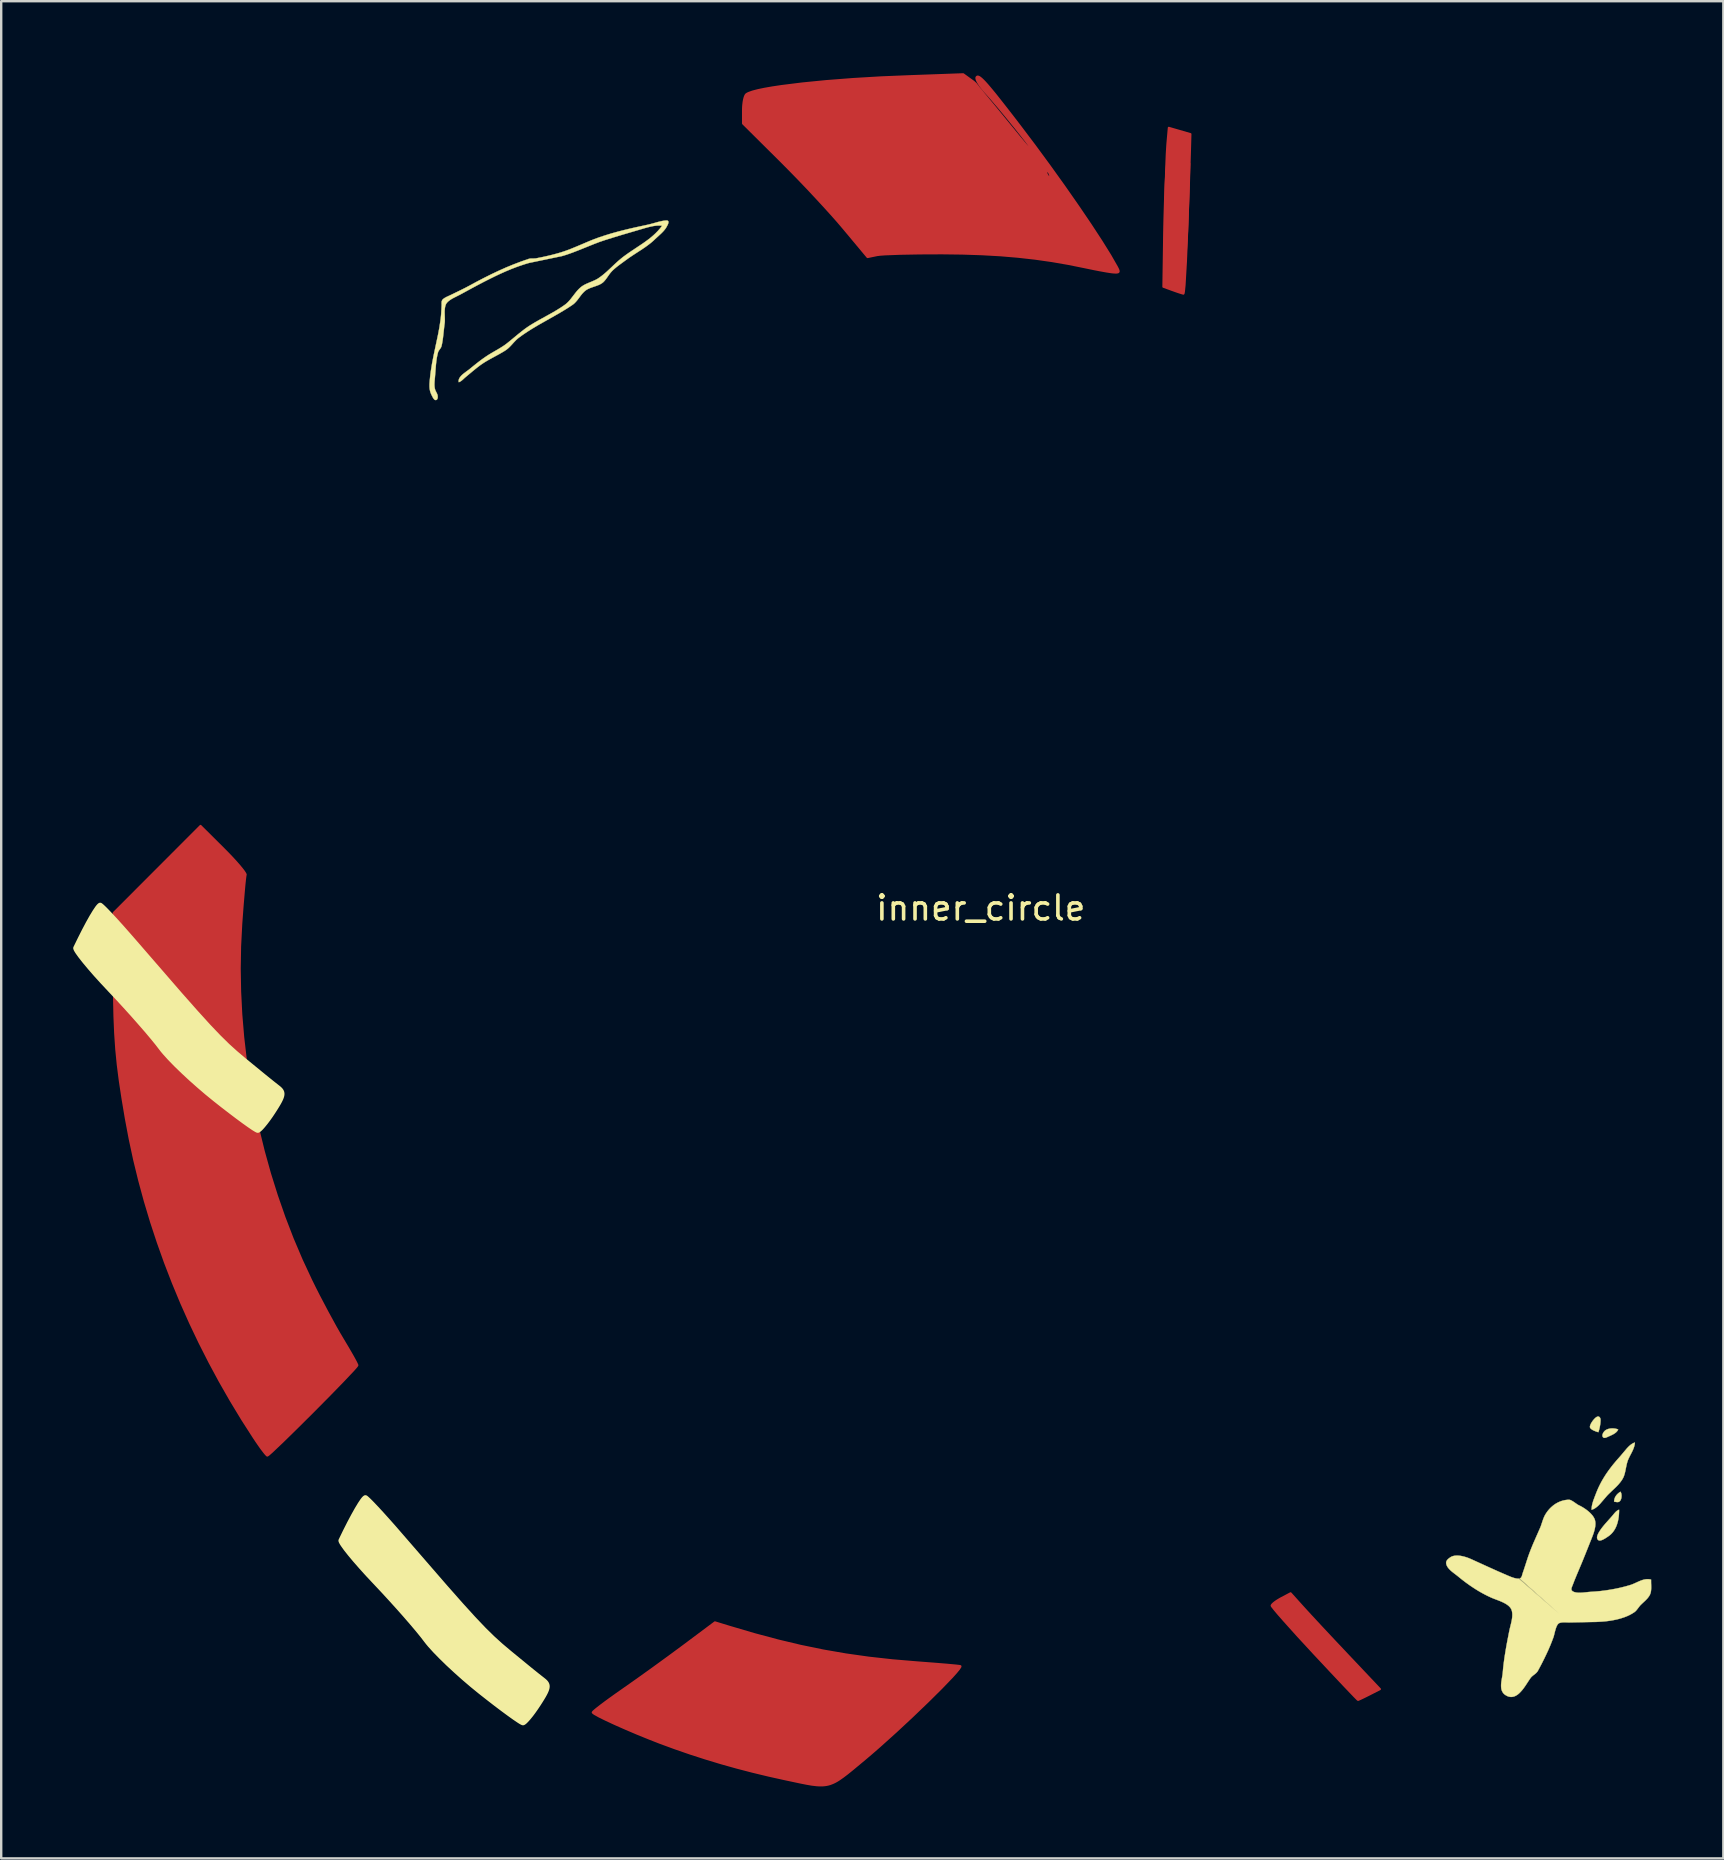
<source format=kicad_pcb>
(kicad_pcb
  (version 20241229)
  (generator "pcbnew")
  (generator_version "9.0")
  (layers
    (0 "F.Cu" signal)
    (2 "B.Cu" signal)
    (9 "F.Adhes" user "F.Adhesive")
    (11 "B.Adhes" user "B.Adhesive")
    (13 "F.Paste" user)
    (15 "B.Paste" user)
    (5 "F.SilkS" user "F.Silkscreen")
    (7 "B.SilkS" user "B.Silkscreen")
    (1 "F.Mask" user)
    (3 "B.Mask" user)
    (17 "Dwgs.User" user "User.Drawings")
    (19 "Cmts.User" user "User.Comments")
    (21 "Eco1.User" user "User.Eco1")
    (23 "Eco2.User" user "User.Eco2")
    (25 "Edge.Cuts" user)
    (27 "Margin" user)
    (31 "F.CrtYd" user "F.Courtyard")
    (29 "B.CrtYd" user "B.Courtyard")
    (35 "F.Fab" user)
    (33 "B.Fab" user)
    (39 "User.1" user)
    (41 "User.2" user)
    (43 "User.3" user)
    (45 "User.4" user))
  (footprint "inner_circle"
    (layer "F.Cu")
    (at 37.763 35.502)
    (property "Reference" "inner_circle" (at 0.05 -0.72 0) (unlocked yes) (layer "F.SilkS") (effects (font (size 1 1) (thickness 0.15))))
    (attr smd)
    (fp_poly (pts (xy 8.741 -31.737) (xy 8.723 -31.081) (xy 8.664 -29.181) (xy 8.602 -27.67) (xy 8.544 -26.672) (xy 8.517 -26.406) (xy 8.505 -26.338) (xy 8.494 -26.315) (xy 8.485 -26.317) (xy 8.473 -26.32) (xy 8.438 -26.33) (xy 8.39 -26.344) (xy 8.333 -26.362) (xy 8.268 -26.384) (xy 8.197 -26.408) (xy 8.121 -26.435) (xy 8.042 -26.463) (xy 8.042 -26.463) (xy 7.658 -26.603) (xy 7.688 -28.624) (xy 7.704 -29.462) (xy 7.727 -30.249) (xy 7.752 -30.899) (xy 7.778 -31.321) (xy 7.838 -31.998)) (stroke (width 0.083) (type solid)) (fill yes) (layer "F.Cu"))
    (fp_poly (pts (xy 8.788 -32.966) (xy 8.77 -32.31) (xy 8.711 -30.411) (xy 8.649 -28.899) (xy 8.59 -27.902) (xy 8.564 -27.635) (xy 8.552 -27.567) (xy 8.541 -27.545) (xy 8.532 -27.546) (xy 8.519 -27.549) (xy 8.484 -27.559) (xy 8.437 -27.573) (xy 8.38 -27.592) (xy 8.315 -27.613) (xy 8.243 -27.638) (xy 8.167 -27.665) (xy 8.089 -27.693) (xy 8.089 -27.693) (xy 7.704 -27.832) (xy 7.734 -29.853) (xy 7.751 -30.691) (xy 7.773 -31.479) (xy 7.799 -32.128) (xy 7.825 -32.551) (xy 7.885 -33.228)) (stroke (width 0.083) (type solid)) (fill yes) (layer "F.Cu"))
    (fp_poly (pts (xy 13.471 28.398) (xy 13.776 28.732) (xy 14.229 29.22) (xy 14.768 29.796) (xy 15.334 30.396) (xy 16.686 31.826) (xy 16.244 32.052) (xy 16.07 32.139) (xy 15.922 32.211) (xy 15.863 32.238) (xy 15.817 32.259) (xy 15.785 32.272) (xy 15.774 32.276) (xy 15.769 32.277) (xy 15.756 32.267) (xy 15.726 32.238) (xy 15.615 32.126) (xy 15.222 31.715) (xy 14.648 31.106) (xy 13.953 30.363) (xy 13.953 30.363) (xy 13.26 29.612) (xy 12.694 28.982) (xy 12.475 28.733) (xy 12.311 28.539) (xy 12.206 28.408) (xy 12.179 28.369) (xy 12.17 28.349) (xy 12.17 28.344) (xy 12.172 28.338) (xy 12.174 28.332) (xy 12.178 28.325) (xy 12.182 28.318) (xy 12.188 28.31) (xy 12.194 28.302) (xy 12.201 28.294) (xy 12.218 28.276) (xy 12.238 28.257) (xy 12.26 28.238) (xy 12.286 28.217) (xy 12.314 28.195) (xy 12.344 28.174) (xy 12.377 28.151) (xy 12.412 28.129) (xy 12.448 28.106) (xy 12.486 28.084) (xy 12.525 28.061) (xy 12.565 28.039) (xy 12.96 27.83)) (stroke (width 0.083) (type solid)) (fill yes) (layer "F.Cu"))
    (fp_poly (pts (xy -10.415 29.229) (xy -9.391 29.531) (xy -8.408 29.794) (xy -7.453 30.022) (xy -6.511 30.216) (xy -5.569 30.379) (xy -4.615 30.514) (xy -3.634 30.623) (xy -2.612 30.709) (xy -1.943 30.76) (xy -1.378 30.806) (xy -0.977 30.843) (xy -0.857 30.857) (xy -0.8 30.866) (xy -0.795 30.871) (xy -0.793 30.879) (xy -0.801 30.905) (xy -0.861 30.996) (xy -0.976 31.136) (xy -1.138 31.317) (xy -1.587 31.784) (xy -2.16 32.352) (xy -2.812 32.977) (xy -3.497 33.614) (xy -4.17 34.219) (xy -4.487 34.495) (xy -4.784 34.747) (xy -5.292 35.17) (xy -5.5 35.338) (xy -5.685 35.479) (xy -5.851 35.595) (xy -5.929 35.644) (xy -6.005 35.687) (xy -6.08 35.724) (xy -6.153 35.755) (xy -6.226 35.782) (xy -6.299 35.803) (xy -6.374 35.819) (xy -6.45 35.83) (xy -6.529 35.837) (xy -6.611 35.839) (xy -6.697 35.837) (xy -6.788 35.831) (xy -6.986 35.808) (xy -7.21 35.769) (xy -7.468 35.718) (xy -8.102 35.583) (xy -8.783 35.432) (xy -9.455 35.27) (xy -10.119 35.097) (xy -10.775 34.913) (xy -11.422 34.717) (xy -12.061 34.511) (xy -12.691 34.293) (xy -13.313 34.065) (xy -13.787 33.879) (xy -14.271 33.682) (xy -14.742 33.481) (xy -15.178 33.289) (xy -15.555 33.114) (xy -15.853 32.967) (xy -16.048 32.858) (xy -16.1 32.82) (xy -16.118 32.797) (xy -16.116 32.791) (xy -16.111 32.784) (xy -16.093 32.762) (xy -16.062 32.733) (xy -16.02 32.697) (xy -15.968 32.653) (xy -15.906 32.604) (xy -15.755 32.487) (xy -15.572 32.35) (xy -15.362 32.197) (xy -15.131 32.032) (xy -14.882 31.858) (xy -14.299 31.448) (xy -13.625 30.966) (xy -12.943 30.47) (xy -12.336 30.022) (xy -11.025 29.042)) (stroke (width 0.083) (type solid)) (fill yes) (layer "F.Cu"))
    (fp_poly (pts (xy -31.494 -3.184) (xy -31.301 -2.989) (xy -31.123 -2.802) (xy -30.964 -2.627) (xy -30.827 -2.47) (xy -30.716 -2.334) (xy -30.671 -2.276) (xy -30.635 -2.224) (xy -30.607 -2.181) (xy -30.587 -2.145) (xy -30.577 -2.118) (xy -30.576 -2.108) (xy -30.577 -2.101) (xy -30.583 -2.078) (xy -30.589 -2.037) (xy -30.606 -1.901) (xy -30.627 -1.702) (xy -30.65 -1.448) (xy -30.704 -0.81) (xy -30.76 -0.053) (xy -30.808 0.875) (xy -30.824 1.812) (xy -30.807 2.757) (xy -30.759 3.707) (xy -30.679 4.661) (xy -30.568 5.617) (xy -30.427 6.572) (xy -30.255 7.524) (xy -30.054 8.471) (xy -29.823 9.412) (xy -29.564 10.343) (xy -29.275 11.264) (xy -28.959 12.172) (xy -28.615 13.065) (xy -28.243 13.94) (xy -27.844 14.796) (xy -27.692 15.104) (xy -27.526 15.431) (xy -27.173 16.102) (xy -26.829 16.731) (xy -26.673 17.004) (xy -26.535 17.237) (xy -26.297 17.637) (xy -26.101 17.977) (xy -26.026 18.114) (xy -25.969 18.222) (xy -25.934 18.298) (xy -25.924 18.322) (xy -25.921 18.336) (xy -25.962 18.395) (xy -26.078 18.527) (xy -26.493 18.967) (xy -27.081 19.572) (xy -27.758 20.256) (xy -28.441 20.935) (xy -29.043 21.525) (xy -29.482 21.941) (xy -29.614 22.057) (xy -29.673 22.098) (xy -29.677 22.097) (xy -29.683 22.094) (xy -29.689 22.09) (xy -29.697 22.083) (xy -29.716 22.065) (xy -29.739 22.04) (xy -29.766 22.008) (xy -29.797 21.971) (xy -29.83 21.928) (xy -29.867 21.88) (xy -29.907 21.827) (xy -29.949 21.77) (xy -30.038 21.643) (xy -30.134 21.504) (xy -30.234 21.354) (xy -30.729 20.583) (xy -31.203 19.8) (xy -31.657 19.006) (xy -32.09 18.202) (xy -32.503 17.389) (xy -32.894 16.568) (xy -33.264 15.738) (xy -33.611 14.902) (xy -33.937 14.059) (xy -34.24 13.21) (xy -34.521 12.357) (xy -34.778 11.5) (xy -35.012 10.639) (xy -35.223 9.776) (xy -35.409 8.91) (xy -35.572 8.044) (xy -35.71 7.22) (xy -35.821 6.489) (xy -35.907 5.815) (xy -35.971 5.164) (xy -36.016 4.501) (xy -36.046 3.791) (xy -36.063 2.998) (xy -36.07 2.089) (xy -36.078 -0.517) (xy -32.458 -4.143)) (stroke (width 0.083) (type solid)) (fill yes) (layer "F.Cu"))
    (fp_poly (pts (xy -0.25 -35.15) (xy -0.16 -35.07) (xy -0.03 -34.9) (xy 0.242 -34.572) (xy 0.604 -34.137) (xy 0.992 -33.664) (xy 1.646 -32.864) (xy 1.862 -32.604) (xy 2.017 -32.422) (xy 2.122 -32.308) (xy 2.157 -32.273) (xy 2.184 -32.25) (xy 2.203 -32.239) (xy 2.215 -32.238) (xy 2.221 -32.246) (xy 2.223 -32.26) (xy 2.207 -32.295) (xy 2.162 -32.364) (xy 1.996 -32.589) (xy 1.75 -32.905) (xy 1.451 -33.28) (xy 1.123 -33.682) (xy 0.793 -34.08) (xy 0.484 -34.442) (xy 0.224 -34.737) (xy 0.18 -34.787) (xy 0.138 -34.836) (xy 0.098 -34.885) (xy 0.061 -34.933) (xy 0.027 -34.979) (xy -0.005 -35.024) (xy -0.033 -35.067) (xy -0.058 -35.108) (xy -0.08 -35.147) (xy -0.098 -35.183) (xy -0.112 -35.216) (xy -0.123 -35.247) (xy -0.13 -35.274) (xy -0.132 -35.297) (xy -0.132 -35.308) (xy -0.131 -35.317) (xy -0.128 -35.325) (xy -0.125 -35.332) (xy -0.115 -35.345) (xy -0.11 -35.35) (xy -0.104 -35.354) (xy -0.098 -35.358) (xy -0.092 -35.36) (xy -0.085 -35.362) (xy -0.077 -35.363) (xy -0.07 -35.362) (xy -0.061 -35.361) (xy -0.043 -35.356) (xy -0.022 -35.347) (xy 0.001 -35.334) (xy 0.027 -35.316) (xy 0.055 -35.294) (xy 0.087 -35.267) (xy 0.121 -35.235) (xy 0.158 -35.199) (xy 0.199 -35.157) (xy 0.243 -35.11) (xy 0.291 -35.057) (xy 0.342 -34.999) (xy 0.397 -34.934) (xy 0.52 -34.788) (xy 0.66 -34.617) (xy 0.818 -34.418) (xy 0.996 -34.192) (xy 1.195 -33.937) (xy 1.416 -33.652) (xy 1.66 -33.334) (xy 2.291 -32.499) (xy 2.919 -31.644) (xy 3.529 -30.793) (xy 4.103 -29.97) (xy 4.626 -29.199) (xy 5.081 -28.503) (xy 5.452 -27.906) (xy 5.723 -27.432) (xy 5.743 -27.393) (xy 5.761 -27.358) (xy 5.775 -27.327) (xy 5.786 -27.3) (xy 5.79 -27.288) (xy 5.793 -27.277) (xy 5.795 -27.267) (xy 5.797 -27.257) (xy 5.797 -27.248) (xy 5.796 -27.241) (xy 5.795 -27.233) (xy 5.792 -27.227) (xy 5.789 -27.221) (xy 5.784 -27.216) (xy 5.778 -27.212) (xy 5.772 -27.208) (xy 5.764 -27.205) (xy 5.755 -27.202) (xy 5.745 -27.2) (xy 5.734 -27.198) (xy 5.722 -27.196) (xy 5.708 -27.195) (xy 5.678 -27.195) (xy 5.643 -27.195) (xy 5.603 -27.197) (xy 5.533 -27.203) (xy 5.432 -27.217) (xy 5.303 -27.237) (xy 5.151 -27.264) (xy 4.982 -27.295) (xy 4.801 -27.33) (xy 4.611 -27.369) (xy 4.419 -27.409) (xy 3.714 -27.552) (xy 3.016 -27.673) (xy 2.315 -27.773) (xy 1.602 -27.853) (xy 0.867 -27.915) (xy 0.101 -27.958) (xy -0.707 -27.985) (xy -1.566 -27.996) (xy -2.492 -27.992) (xy -3.311 -27.977) (xy -3.933 -27.953) (xy -4.142 -27.938) (xy -4.269 -27.922) (xy -4.667 -27.839) (xy -5.669 -29.04) (xy -5.902 -29.314) (xy -6.183 -29.631) (xy -6.501 -29.982) (xy -6.844 -30.353) (xy -7.202 -30.735) (xy -7.565 -31.114) (xy -7.82 -31.376) (xy 2.785 -31.376) (xy 2.785 -31.365) (xy 2.786 -31.353) (xy 2.788 -31.342) (xy 2.791 -31.33) (xy 2.794 -31.317) (xy 2.798 -31.305) (xy 2.803 -31.292) (xy 2.808 -31.28) (xy 2.815 -31.268) (xy 2.822 -31.255) (xy 2.832 -31.24) (xy 2.842 -31.225) (xy 2.851 -31.212) (xy 2.86 -31.199) (xy 2.869 -31.188) (xy 2.878 -31.179) (xy 2.886 -31.17) (xy 2.893 -31.162) (xy 2.901 -31.156) (xy 2.907 -31.151) (xy 2.914 -31.147) (xy 2.92 -31.144) (xy 2.925 -31.142) (xy 2.93 -31.141) (xy 2.935 -31.142) (xy 2.939 -31.143) (xy 2.943 -31.146) (xy 2.945 -31.149) (xy 2.948 -31.154) (xy 2.95 -31.16) (xy 2.951 -31.167) (xy 2.951 -31.175) (xy 2.951 -31.183) (xy 2.951 -31.193) (xy 2.949 -31.204) (xy 2.947 -31.216) (xy 2.944 -31.229) (xy 2.941 -31.243) (xy 2.937 -31.258) (xy 2.932 -31.273) (xy 2.926 -31.29) (xy 2.919 -31.308) (xy 2.919 -31.308) (xy 2.912 -31.325) (xy 2.905 -31.341) (xy 2.898 -31.356) (xy 2.89 -31.369) (xy 2.882 -31.382) (xy 2.874 -31.393) (xy 2.866 -31.403) (xy 2.858 -31.412) (xy 2.85 -31.419) (xy 2.842 -31.425) (xy 2.838 -31.427) (xy 2.835 -31.429) (xy 2.831 -31.431) (xy 2.827 -31.432) (xy 2.824 -31.432) (xy 2.82 -31.433) (xy 2.817 -31.432) (xy 2.814 -31.432) (xy 2.811 -31.431) (xy 2.808 -31.429) (xy 2.805 -31.427) (xy 2.802 -31.425) (xy 2.799 -31.422) (xy 2.797 -31.419) (xy 2.795 -31.415) (xy 2.793 -31.412) (xy 2.791 -31.408) (xy 2.79 -31.404) (xy 2.788 -31.4) (xy 2.787 -31.395) (xy 2.786 -31.391) (xy 2.786 -31.386) (xy 2.785 -31.381) (xy 2.785 -31.376) (xy -7.82 -31.376) (xy -7.923 -31.481) (xy -8.263 -31.824) (xy -9.856 -33.406) (xy -9.856 -33.961) (xy -9.855 -34.019) (xy -9.853 -34.076) (xy -9.85 -34.132) (xy -9.845 -34.187) (xy -9.839 -34.24) (xy -9.833 -34.292) (xy -9.825 -34.34) (xy -9.816 -34.387) (xy -9.806 -34.43) (xy -9.796 -34.47) (xy -9.784 -34.507) (xy -9.772 -34.54) (xy -9.76 -34.568) (xy -9.746 -34.592) (xy -9.733 -34.612) (xy -9.718 -34.626) (xy -9.676 -34.654) (xy -9.617 -34.682) (xy -9.453 -34.74) (xy -9.23 -34.798) (xy -8.954 -34.855) (xy -8.627 -34.912) (xy -8.254 -34.968) (xy -7.386 -35.076) (xy -6.381 -35.175) (xy -5.271 -35.261) (xy -4.089 -35.331) (xy -2.866 -35.381) (xy -0.68 -35.46)) (stroke (width 0.083) (type solid)) (fill yes) (layer "F.Cu"))
    (fp_poly (pts (xy 8.736 -31.741) (xy 8.719 -31.085) (xy 8.659 -29.186) (xy 8.597 -27.674) (xy 8.539 -26.677) (xy 8.513 -26.41) (xy 8.501 -26.342) (xy 8.489 -26.32) (xy 8.48 -26.321) (xy 8.468 -26.324) (xy 8.433 -26.334) (xy 8.386 -26.348) (xy 8.329 -26.367) (xy 8.263 -26.389) (xy 8.192 -26.413) (xy 8.116 -26.44) (xy 8.037 -26.468) (xy 8.037 -26.468) (xy 7.653 -26.608) (xy 7.683 -28.628) (xy 7.699 -29.466) (xy 7.722 -30.254) (xy 7.747 -30.903) (xy 7.773 -31.326) (xy 7.833 -32.003)) (stroke (width 0.083) (type solid)) (fill yes) (layer "F.Mask"))
    (fp_poly (pts (xy 8.736 -31.737) (xy 8.719 -31.081) (xy 8.659 -29.182) (xy 8.597 -27.67) (xy 8.539 -26.673) (xy 8.513 -26.406) (xy 8.501 -26.338) (xy 8.489 -26.316) (xy 8.48 -26.317) (xy 8.468 -26.32) (xy 8.433 -26.33) (xy 8.386 -26.344) (xy 8.329 -26.363) (xy 8.263 -26.384) (xy 8.192 -26.409) (xy 8.116 -26.436) (xy 8.037 -26.464) (xy 8.037 -26.464) (xy 7.653 -26.603) (xy 7.683 -28.624) (xy 7.699 -29.462) (xy 7.722 -30.25) (xy 7.747 -30.899) (xy 7.773 -31.322) (xy 7.833 -31.999)) (stroke (width 0.083) (type solid)) (fill yes) (layer "F.Mask"))
    (fp_poly (pts (xy 8.737 -31.741) (xy 8.719 -31.085) (xy 8.66 -29.186) (xy 8.598 -27.674) (xy 8.54 -26.677) (xy 8.513 -26.41) (xy 8.501 -26.342) (xy 8.49 -26.32) (xy 8.481 -26.321) (xy 8.469 -26.324) (xy 8.434 -26.334) (xy 8.387 -26.348) (xy 8.329 -26.367) (xy 8.264 -26.388) (xy 8.193 -26.413) (xy 8.117 -26.44) (xy 8.038 -26.468) (xy 8.038 -26.468) (xy 7.654 -26.608) (xy 7.684 -28.628) (xy 7.7 -29.466) (xy 7.723 -30.254) (xy 7.748 -30.903) (xy 7.774 -31.326) (xy 7.834 -32.003)) (stroke (width 0.083) (type solid)) (fill yes) (layer "F.Mask"))
    (fp_poly (pts (xy 8.788 -32.964) (xy 8.77 -32.308) (xy 8.711 -30.409) (xy 8.649 -28.897) (xy 8.59 -27.9) (xy 8.564 -27.634) (xy 8.552 -27.565) (xy 8.541 -27.543) (xy 8.532 -27.545) (xy 8.519 -27.547) (xy 8.484 -27.557) (xy 8.437 -27.572) (xy 8.38 -27.59) (xy 8.315 -27.612) (xy 8.243 -27.636) (xy 8.167 -27.663) (xy 8.089 -27.691) (xy 8.089 -27.691) (xy 7.704 -27.831) (xy 7.734 -29.851) (xy 7.751 -30.689) (xy 7.773 -31.477) (xy 7.799 -32.126) (xy 7.824 -32.549) (xy 7.884 -33.226)) (stroke (width 0.083) (type solid)) (fill yes) (layer "F.Mask"))
    (fp_poly (pts (xy 13.466 28.398) (xy 13.771 28.731) (xy 14.224 29.219) (xy 14.764 29.796) (xy 15.329 30.396) (xy 16.681 31.826) (xy 16.239 32.051) (xy 16.065 32.139) (xy 15.917 32.21) (xy 15.858 32.238) (xy 15.812 32.259) (xy 15.78 32.272) (xy 15.77 32.275) (xy 15.764 32.276) (xy 15.751 32.267) (xy 15.721 32.237) (xy 15.61 32.125) (xy 15.217 31.714) (xy 14.643 31.106) (xy 13.948 30.363) (xy 13.948 30.363) (xy 13.256 29.612) (xy 12.689 28.982) (xy 12.471 28.733) (xy 12.306 28.539) (xy 12.201 28.408) (xy 12.174 28.369) (xy 12.165 28.349) (xy 12.166 28.343) (xy 12.167 28.337) (xy 12.17 28.331) (xy 12.173 28.324) (xy 12.178 28.317) (xy 12.183 28.309) (xy 12.189 28.302) (xy 12.196 28.293) (xy 12.213 28.276) (xy 12.233 28.257) (xy 12.256 28.237) (xy 12.281 28.216) (xy 12.309 28.195) (xy 12.34 28.173) (xy 12.372 28.151) (xy 12.407 28.128) (xy 12.443 28.106) (xy 12.481 28.083) (xy 12.52 28.061) (xy 12.56 28.039) (xy 12.955 27.829)) (stroke (width 0.083) (type solid)) (fill yes) (layer "F.Mask"))
    (fp_poly (pts (xy -10.41 29.227) (xy -9.386 29.528) (xy -8.403 29.792) (xy -7.448 30.019) (xy -6.506 30.213) (xy -5.565 30.376) (xy -4.61 30.511) (xy -3.629 30.62) (xy -2.607 30.707) (xy -1.938 30.757) (xy -1.373 30.803) (xy -0.972 30.841) (xy -0.852 30.854) (xy -0.796 30.864) (xy -0.79 30.868) (xy -0.788 30.876) (xy -0.796 30.902) (xy -0.856 30.994) (xy -0.971 31.133) (xy -1.134 31.315) (xy -1.582 31.781) (xy -2.155 32.35) (xy -2.807 32.975) (xy -3.492 33.612) (xy -4.165 34.216) (xy -4.482 34.493) (xy -4.779 34.744) (xy -5.288 35.167) (xy -5.495 35.335) (xy -5.68 35.477) (xy -5.846 35.592) (xy -5.925 35.641) (xy -6 35.684) (xy -6.075 35.721) (xy -6.148 35.753) (xy -6.221 35.779) (xy -6.294 35.8) (xy -6.369 35.816) (xy -6.445 35.828) (xy -6.524 35.835) (xy -6.606 35.837) (xy -6.692 35.835) (xy -6.783 35.829) (xy -6.981 35.805) (xy -7.206 35.767) (xy -7.463 35.716) (xy -8.097 35.581) (xy -8.778 35.43) (xy -9.45 35.268) (xy -10.114 35.094) (xy -10.77 34.91) (xy -11.417 34.715) (xy -12.056 34.508) (xy -12.686 34.291) (xy -13.308 34.062) (xy -13.783 33.877) (xy -14.267 33.679) (xy -14.737 33.479) (xy -15.173 33.286) (xy -15.551 33.111) (xy -15.848 32.964) (xy -16.043 32.855) (xy -16.095 32.818) (xy -16.113 32.794) (xy -16.111 32.789) (xy -16.106 32.781) (xy -16.088 32.76) (xy -16.057 32.731) (xy -16.015 32.694) (xy -15.963 32.651) (xy -15.901 32.601) (xy -15.75 32.484) (xy -15.567 32.347) (xy -15.357 32.194) (xy -15.126 32.029) (xy -14.878 31.855) (xy -14.295 31.446) (xy -13.62 30.963) (xy -12.938 30.468) (xy -12.331 30.02) (xy -11.021 29.039)) (stroke (width 0.083) (type solid)) (fill yes) (layer "F.Mask"))
    (fp_poly (pts (xy -31.532 -3.193) (xy -31.339 -2.998) (xy -31.161 -2.811) (xy -31.002 -2.636) (xy -30.865 -2.479) (xy -30.754 -2.343) (xy -30.709 -2.285) (xy -30.673 -2.233) (xy -30.644 -2.19) (xy -30.625 -2.154) (xy -30.615 -2.127) (xy -30.614 -2.117) (xy -30.615 -2.11) (xy -30.621 -2.087) (xy -30.627 -2.046) (xy -30.644 -1.91) (xy -30.665 -1.711) (xy -30.688 -1.457) (xy -30.741 -0.819) (xy -30.798 -0.062) (xy -30.846 0.866) (xy -30.862 1.803) (xy -30.845 2.748) (xy -30.797 3.698) (xy -30.717 4.652) (xy -30.606 5.608) (xy -30.465 6.563) (xy -30.293 7.515) (xy -30.092 8.462) (xy -29.861 9.403) (xy -29.601 10.334) (xy -29.313 11.255) (xy -28.997 12.163) (xy -28.652 13.056) (xy -28.281 13.931) (xy -27.882 14.787) (xy -27.73 15.095) (xy -27.564 15.422) (xy -27.211 16.093) (xy -26.866 16.722) (xy -26.711 16.995) (xy -26.573 17.228) (xy -26.335 17.628) (xy -26.139 17.968) (xy -26.064 18.105) (xy -26.007 18.213) (xy -25.971 18.289) (xy -25.962 18.313) (xy -25.959 18.327) (xy -26 18.386) (xy -26.116 18.518) (xy -26.531 18.958) (xy -27.119 19.563) (xy -27.796 20.247) (xy -28.478 20.926) (xy -29.081 21.516) (xy -29.52 21.932) (xy -29.652 22.048) (xy -29.711 22.089) (xy -29.715 22.088) (xy -29.721 22.085) (xy -29.727 22.081) (xy -29.735 22.074) (xy -29.754 22.056) (xy -29.777 22.031) (xy -29.804 21.999) (xy -29.835 21.962) (xy -29.868 21.919) (xy -29.905 21.871) (xy -29.945 21.818) (xy -29.986 21.76) (xy -30.076 21.634) (xy -30.172 21.495) (xy -30.272 21.345) (xy -30.767 20.574) (xy -31.241 19.791) (xy -31.695 18.997) (xy -32.128 18.193) (xy -32.541 17.38) (xy -32.932 16.558) (xy -33.301 15.729) (xy -33.649 14.893) (xy -33.975 14.05) (xy -34.278 13.201) (xy -34.559 12.348) (xy -34.816 11.491) (xy -35.05 10.63) (xy -35.261 9.767) (xy -35.447 8.901) (xy -35.61 8.035) (xy -35.748 7.211) (xy -35.858 6.48) (xy -35.944 5.806) (xy -36.009 5.155) (xy -36.054 4.492) (xy -36.084 3.782) (xy -36.101 2.989) (xy -36.108 2.08) (xy -36.116 -0.526) (xy -32.496 -4.153)) (stroke (width 0.083) (type solid)) (fill yes) (layer "F.Mask"))
    (fp_poly (pts (xy -31.52 -3.188) (xy -31.328 -2.993) (xy -31.15 -2.806) (xy -30.991 -2.632) (xy -30.854 -2.474) (xy -30.743 -2.339) (xy -30.698 -2.28) (xy -30.662 -2.229) (xy -30.633 -2.185) (xy -30.614 -2.15) (xy -30.604 -2.123) (xy -30.603 -2.113) (xy -30.604 -2.105) (xy -30.61 -2.083) (xy -30.616 -2.041) (xy -30.633 -1.905) (xy -30.654 -1.706) (xy -30.677 -1.453) (xy -30.73 -0.814) (xy -30.787 -0.058) (xy -30.835 0.87) (xy -30.851 1.807) (xy -30.834 2.752) (xy -30.786 3.703) (xy -30.706 4.657) (xy -30.595 5.612) (xy -30.454 6.567) (xy -30.282 7.519) (xy -30.081 8.467) (xy -29.85 9.407) (xy -29.59 10.339) (xy -29.302 11.26) (xy -28.986 12.167) (xy -28.641 13.06) (xy -28.27 13.936) (xy -27.871 14.792) (xy -27.719 15.099) (xy -27.553 15.426) (xy -27.2 16.098) (xy -26.855 16.726) (xy -26.7 17) (xy -26.562 17.232) (xy -26.324 17.632) (xy -26.128 17.973) (xy -26.053 18.109) (xy -25.996 18.218) (xy -25.96 18.293) (xy -25.951 18.317) (xy -25.948 18.331) (xy -25.989 18.391) (xy -26.105 18.523) (xy -26.52 18.963) (xy -27.108 19.567) (xy -27.785 20.251) (xy -28.467 20.931) (xy -29.07 21.52) (xy -29.509 21.936) (xy -29.641 22.053) (xy -29.7 22.094) (xy -29.704 22.093) (xy -29.71 22.09) (xy -29.716 22.085) (xy -29.724 22.079) (xy -29.743 22.06) (xy -29.766 22.035) (xy -29.793 22.004) (xy -29.824 21.966) (xy -29.857 21.923) (xy -29.894 21.875) (xy -29.934 21.822) (xy -29.975 21.765) (xy -30.065 21.639) (xy -30.161 21.499) (xy -30.261 21.35) (xy -30.756 20.578) (xy -31.23 19.795) (xy -31.684 19.001) (xy -32.117 18.198) (xy -32.53 17.385) (xy -32.921 16.563) (xy -33.29 15.734) (xy -33.638 14.897) (xy -33.964 14.054) (xy -34.267 13.206) (xy -34.547 12.353) (xy -34.805 11.495) (xy -35.039 10.635) (xy -35.25 9.771) (xy -35.436 8.906) (xy -35.599 8.039) (xy -35.737 7.216) (xy -35.847 6.484) (xy -35.933 5.811) (xy -35.998 5.16) (xy -36.043 4.497) (xy -36.073 3.786) (xy -36.09 2.994) (xy -36.097 2.084) (xy -36.105 -0.522) (xy -32.484 -4.148)) (stroke (width 0.083) (type solid)) (fill yes) (layer "F.Mask"))
    (fp_poly (pts (xy -31.505 -3.188) (xy -31.312 -2.993) (xy -31.134 -2.806) (xy -30.975 -2.632) (xy -30.838 -2.474) (xy -30.727 -2.339) (xy -30.682 -2.28) (xy -30.646 -2.229) (xy -30.618 -2.185) (xy -30.598 -2.15) (xy -30.588 -2.123) (xy -30.587 -2.113) (xy -30.588 -2.105) (xy -30.594 -2.083) (xy -30.6 -2.041) (xy -30.617 -1.905) (xy -30.638 -1.706) (xy -30.661 -1.453) (xy -30.715 -0.814) (xy -30.771 -0.058) (xy -30.819 0.87) (xy -30.835 1.807) (xy -30.818 2.752) (xy -30.77 3.703) (xy -30.69 4.657) (xy -30.579 5.612) (xy -30.438 6.567) (xy -30.266 7.519) (xy -30.065 8.467) (xy -29.834 9.407) (xy -29.575 10.339) (xy -29.286 11.26) (xy -28.97 12.167) (xy -28.626 13.06) (xy -28.254 13.936) (xy -27.855 14.792) (xy -27.703 15.099) (xy -27.537 15.426) (xy -27.184 16.098) (xy -26.84 16.726) (xy -26.684 16.999) (xy -26.546 17.232) (xy -26.308 17.632) (xy -26.112 17.973) (xy -26.037 18.109) (xy -25.98 18.218) (xy -25.945 18.293) (xy -25.935 18.317) (xy -25.932 18.331) (xy -25.973 18.391) (xy -26.089 18.523) (xy -26.504 18.963) (xy -27.092 19.567) (xy -27.769 20.251) (xy -28.452 20.931) (xy -29.054 21.52) (xy -29.493 21.936) (xy -29.625 22.053) (xy -29.684 22.094) (xy -29.688 22.093) (xy -29.694 22.09) (xy -29.7 22.085) (xy -29.708 22.079) (xy -29.727 22.06) (xy -29.75 22.035) (xy -29.777 22.004) (xy -29.808 21.966) (xy -29.842 21.923) (xy -29.878 21.875) (xy -29.918 21.822) (xy -29.96 21.765) (xy -30.049 21.639) (xy -30.145 21.499) (xy -30.245 21.35) (xy -30.74 20.578) (xy -31.214 19.795) (xy -31.668 19.001) (xy -32.101 18.198) (xy -32.514 17.385) (xy -32.905 16.563) (xy -33.275 15.734) (xy -33.622 14.897) (xy -33.948 14.054) (xy -34.251 13.206) (xy -34.532 12.353) (xy -34.789 11.495) (xy -35.023 10.634) (xy -35.234 9.771) (xy -35.421 8.906) (xy -35.583 8.039) (xy -35.721 7.215) (xy -35.832 6.484) (xy -35.918 5.811) (xy -35.982 5.16) (xy -36.028 4.497) (xy -36.057 3.786) (xy -36.074 2.994) (xy -36.081 2.084) (xy -36.089 -0.522) (xy -32.469 -4.148)) (stroke (width 0.083) (type solid)) (fill yes) (layer "F.Mask"))
    (fp_poly (pts (xy -0.231 -35.139) (xy -0.141 -35.051) (xy -0.054 -34.934) (xy 0.242 -34.575) (xy 0.605 -34.14) (xy 0.993 -33.667) (xy 1.646 -32.867) (xy 1.863 -32.607) (xy 2.018 -32.426) (xy 2.122 -32.311) (xy 2.158 -32.276) (xy 2.185 -32.253) (xy 2.203 -32.242) (xy 2.215 -32.241) (xy 2.222 -32.249) (xy 2.223 -32.263) (xy 2.208 -32.298) (xy 2.162 -32.367) (xy 1.997 -32.592) (xy 1.751 -32.908) (xy 1.452 -33.283) (xy 1.124 -33.685) (xy 0.793 -34.083) (xy 0.485 -34.445) (xy 0.225 -34.74) (xy 0.18 -34.79) (xy 0.138 -34.839) (xy 0.099 -34.888) (xy 0.062 -34.936) (xy 0.028 -34.982) (xy -0.004 -35.027) (xy -0.032 -35.07) (xy -0.057 -35.111) (xy -0.079 -35.15) (xy -0.097 -35.186) (xy -0.112 -35.219) (xy -0.122 -35.25) (xy -0.129 -35.277) (xy -0.132 -35.3) (xy -0.131 -35.311) (xy -0.13 -35.32) (xy -0.128 -35.328) (xy -0.124 -35.336) (xy -0.115 -35.348) (xy -0.109 -35.353) (xy -0.104 -35.357) (xy -0.098 -35.361) (xy -0.091 -35.363) (xy -0.084 -35.365) (xy -0.077 -35.366) (xy -0.069 -35.365) (xy -0.06 -35.364) (xy -0.042 -35.359) (xy -0.021 -35.35) (xy 0.002 -35.337) (xy 0.028 -35.319) (xy 0.056 -35.297) (xy 0.087 -35.27) (xy 0.122 -35.238) (xy 0.159 -35.202) (xy 0.2 -35.16) (xy 0.244 -35.113) (xy 0.291 -35.06) (xy 0.343 -35.002) (xy 0.398 -34.938) (xy 0.521 -34.791) (xy 0.661 -34.62) (xy 0.819 -34.422) (xy 0.997 -34.196) (xy 1.196 -33.94) (xy 1.417 -33.655) (xy 1.66 -33.337) (xy 2.291 -32.502) (xy 2.92 -31.647) (xy 3.529 -30.796) (xy 4.104 -29.973) (xy 4.627 -29.202) (xy 5.082 -28.506) (xy 5.453 -27.91) (xy 5.723 -27.436) (xy 5.744 -27.396) (xy 5.762 -27.361) (xy 5.776 -27.33) (xy 5.786 -27.303) (xy 5.791 -27.291) (xy 5.794 -27.28) (xy 5.796 -27.27) (xy 5.797 -27.26) (xy 5.798 -27.252) (xy 5.797 -27.244) (xy 5.795 -27.237) (xy 5.793 -27.23) (xy 5.789 -27.224) (xy 5.785 -27.219) (xy 5.779 -27.215) (xy 5.772 -27.211) (xy 5.765 -27.208) (xy 5.756 -27.205) (xy 5.746 -27.203) (xy 5.735 -27.201) (xy 5.722 -27.199) (xy 5.709 -27.199) (xy 5.679 -27.198) (xy 5.644 -27.198) (xy 5.604 -27.2) (xy 5.534 -27.206) (xy 5.433 -27.22) (xy 5.304 -27.24) (xy 5.152 -27.267) (xy 4.983 -27.298) (xy 4.802 -27.333) (xy 4.612 -27.372) (xy 4.419 -27.412) (xy 3.715 -27.555) (xy 3.017 -27.676) (xy 2.316 -27.776) (xy 1.603 -27.856) (xy 0.868 -27.918) (xy 0.102 -27.961) (xy -0.706 -27.988) (xy -1.565 -27.999) (xy -2.492 -27.996) (xy -3.31 -27.98) (xy -3.932 -27.956) (xy -4.141 -27.941) (xy -4.268 -27.925) (xy -4.666 -27.843) (xy -5.668 -29.043) (xy -5.901 -29.317) (xy -6.182 -29.635) (xy -6.5 -29.985) (xy -6.843 -30.356) (xy -7.202 -30.738) (xy -7.565 -31.117) (xy -7.819 -31.379) (xy 2.786 -31.379) (xy 2.786 -31.368) (xy 2.787 -31.357) (xy 2.789 -31.345) (xy 2.791 -31.333) (xy 2.795 -31.32) (xy 2.799 -31.308) (xy 2.804 -31.296) (xy 2.809 -31.283) (xy 2.816 -31.271) (xy 2.823 -31.258) (xy 2.833 -31.243) (xy 2.842 -31.228) (xy 2.852 -31.215) (xy 2.861 -31.202) (xy 2.87 -31.191) (xy 2.878 -31.182) (xy 2.886 -31.173) (xy 2.894 -31.166) (xy 2.901 -31.159) (xy 2.908 -31.154) (xy 2.915 -31.15) (xy 2.921 -31.147) (xy 2.926 -31.145) (xy 2.931 -31.144) (xy 2.936 -31.145) (xy 2.94 -31.146) (xy 2.943 -31.149) (xy 2.946 -31.153) (xy 2.949 -31.157) (xy 2.95 -31.163) (xy 2.952 -31.17) (xy 2.952 -31.178) (xy 2.952 -31.186) (xy 2.951 -31.196) (xy 2.95 -31.207) (xy 2.948 -31.219) (xy 2.945 -31.232) (xy 2.942 -31.246) (xy 2.937 -31.261) (xy 2.932 -31.276) (xy 2.927 -31.293) (xy 2.92 -31.311) (xy 2.92 -31.311) (xy 2.913 -31.328) (xy 2.906 -31.344) (xy 2.898 -31.359) (xy 2.891 -31.372) (xy 2.883 -31.385) (xy 2.875 -31.396) (xy 2.867 -31.406) (xy 2.859 -31.415) (xy 2.851 -31.422) (xy 2.843 -31.428) (xy 2.839 -31.43) (xy 2.835 -31.432) (xy 2.832 -31.434) (xy 2.828 -31.435) (xy 2.825 -31.435) (xy 2.821 -31.436) (xy 2.818 -31.436) (xy 2.815 -31.435) (xy 2.811 -31.434) (xy 2.808 -31.432) (xy 2.805 -31.43) (xy 2.803 -31.428) (xy 2.8 -31.425) (xy 2.798 -31.422) (xy 2.796 -31.419) (xy 2.794 -31.415) (xy 2.792 -31.411) (xy 2.79 -31.407) (xy 2.789 -31.403) (xy 2.788 -31.398) (xy 2.787 -31.394) (xy 2.787 -31.389) (xy 2.786 -31.384) (xy 2.786 -31.379) (xy -7.819 -31.379) (xy -7.922 -31.484) (xy -8.262 -31.827) (xy -9.855 -33.409) (xy -9.855 -33.964) (xy -9.854 -34.022) (xy -9.852 -34.079) (xy -9.849 -34.135) (xy -9.844 -34.19) (xy -9.839 -34.243) (xy -9.832 -34.295) (xy -9.824 -34.344) (xy -9.815 -34.39) (xy -9.805 -34.433) (xy -9.795 -34.473) (xy -9.784 -34.51) (xy -9.772 -34.543) (xy -9.759 -34.571) (xy -9.746 -34.595) (xy -9.732 -34.615) (xy -9.718 -34.629) (xy -9.675 -34.657) (xy -9.616 -34.686) (xy -9.452 -34.743) (xy -9.229 -34.801) (xy -8.953 -34.858) (xy -8.626 -34.915) (xy -8.253 -34.972) (xy -7.385 -35.079) (xy -6.38 -35.178) (xy -5.27 -35.264) (xy -4.088 -35.334) (xy -2.866 -35.384) (xy -0.68 -35.46)) (stroke (width 0.083) (type solid)) (fill yes) (layer "F.Mask"))
    (fp_poly (pts (xy 25.501 24.352) (xy 25.501 24.352) (xy 25.501 24.352)) (stroke (width 0.014) (type solid)) (fill yes) (layer "F.SilkS"))
    (fp_poly (pts (xy 26.71 23.61) (xy 26.716 23.62) (xy 26.722 23.631) (xy 26.727 23.643) (xy 26.731 23.656) (xy 26.736 23.669) (xy 26.742 23.697) (xy 26.746 23.728) (xy 26.749 23.759) (xy 26.748 23.791) (xy 26.746 23.824) (xy 26.741 23.856) (xy 26.734 23.887) (xy 26.73 23.902) (xy 26.725 23.916) (xy 26.719 23.93) (xy 26.713 23.944) (xy 26.706 23.957) (xy 26.698 23.969) (xy 26.69 23.98) (xy 26.681 23.99) (xy 26.672 24) (xy 26.662 24.008) (xy 26.651 24.015) (xy 26.64 24.021) (xy 26.634 24.024) (xy 26.628 24.026) (xy 26.623 24.028) (xy 26.617 24.029) (xy 26.605 24.031) (xy 26.592 24.033) (xy 26.58 24.033) (xy 26.567 24.033) (xy 26.554 24.032) (xy 26.541 24.031) (xy 26.44 24.014) (xy 26.441 23.996) (xy 26.442 23.979) (xy 26.443 23.963) (xy 26.446 23.946) (xy 26.449 23.93) (xy 26.452 23.915) (xy 26.456 23.899) (xy 26.46 23.884) (xy 26.466 23.869) (xy 26.471 23.855) (xy 26.477 23.841) (xy 26.484 23.827) (xy 26.491 23.813) (xy 26.498 23.8) (xy 26.506 23.787) (xy 26.515 23.774) (xy 26.533 23.749) (xy 26.553 23.725) (xy 26.575 23.702) (xy 26.598 23.68) (xy 26.622 23.659) (xy 26.648 23.639) (xy 26.675 23.619) (xy 26.703 23.601)) (stroke (width 0.014) (type solid)) (fill yes) (layer "F.SilkS"))
    (fp_poly (pts (xy 25.782 20.469) (xy 25.788 20.47) (xy 25.794 20.471) (xy 25.8 20.473) (xy 25.806 20.475) (xy 25.811 20.478) (xy 25.816 20.481) (xy 25.821 20.484) (xy 25.825 20.487) (xy 25.83 20.491) (xy 25.834 20.495) (xy 25.838 20.499) (xy 25.841 20.503) (xy 25.845 20.508) (xy 25.848 20.513) (xy 25.854 20.523) (xy 25.859 20.533) (xy 25.863 20.545) (xy 25.867 20.556) (xy 25.87 20.568) (xy 25.872 20.579) (xy 25.873 20.591) (xy 25.874 20.602) (xy 25.874 20.614) (xy 25.874 20.643) (xy 25.872 20.674) (xy 25.867 20.737) (xy 25.859 20.804) (xy 25.848 20.871) (xy 25.835 20.938) (xy 25.819 21.003) (xy 25.811 21.034) (xy 25.802 21.064) (xy 25.793 21.093) (xy 25.783 21.121) (xy 25.742 21.109) (xy 25.692 21.092) (xy 25.665 21.082) (xy 25.637 21.071) (xy 25.609 21.059) (xy 25.581 21.047) (xy 25.554 21.033) (xy 25.528 21.018) (xy 25.505 21.003) (xy 25.494 20.994) (xy 25.483 20.986) (xy 25.474 20.978) (xy 25.465 20.969) (xy 25.457 20.96) (xy 25.45 20.951) (xy 25.444 20.941) (xy 25.439 20.932) (xy 25.435 20.922) (xy 25.433 20.912) (xy 25.432 20.901) (xy 25.432 20.888) (xy 25.434 20.874) (xy 25.437 20.86) (xy 25.441 20.844) (xy 25.447 20.827) (xy 25.453 20.81) (xy 25.461 20.792) (xy 25.479 20.755) (xy 25.501 20.717) (xy 25.526 20.679) (xy 25.553 20.641) (xy 25.582 20.605) (xy 25.612 20.571) (xy 25.642 20.541) (xy 25.657 20.527) (xy 25.672 20.515) (xy 25.687 20.503) (xy 25.702 20.493) (xy 25.717 20.485) (xy 25.731 20.478) (xy 25.744 20.473) (xy 25.757 20.47) (xy 25.77 20.468)) (stroke (width 0.014) (type solid)) (fill yes) (layer "F.SilkS"))
    (fp_poly (pts (xy 26.405 20.964) (xy 26.442 20.967) (xy 26.478 20.972) (xy 26.513 20.978) (xy 26.547 20.987) (xy 26.579 20.997) (xy 26.609 21.008) (xy 26.609 21.008) (xy 26.602 21.023) (xy 26.594 21.038) (xy 26.585 21.052) (xy 26.576 21.065) (xy 26.566 21.078) (xy 26.555 21.091) (xy 26.532 21.115) (xy 26.508 21.137) (xy 26.481 21.157) (xy 26.453 21.177) (xy 26.424 21.195) (xy 26.393 21.212) (xy 26.362 21.228) (xy 26.3 21.258) (xy 26.177 21.313) (xy 26.154 21.324) (xy 26.128 21.335) (xy 26.114 21.341) (xy 26.099 21.346) (xy 26.085 21.35) (xy 26.07 21.354) (xy 26.063 21.355) (xy 26.056 21.356) (xy 26.049 21.356) (xy 26.042 21.357) (xy 26.035 21.357) (xy 26.028 21.356) (xy 26.022 21.355) (xy 26.015 21.354) (xy 26.009 21.352) (xy 26.003 21.349) (xy 25.997 21.346) (xy 25.991 21.342) (xy 25.986 21.338) (xy 25.981 21.333) (xy 25.976 21.328) (xy 25.971 21.321) (xy 25.966 21.313) (xy 25.962 21.305) (xy 25.959 21.296) (xy 25.956 21.287) (xy 25.954 21.278) (xy 25.953 21.269) (xy 25.953 21.26) (xy 25.953 21.251) (xy 25.953 21.241) (xy 25.955 21.232) (xy 25.957 21.222) (xy 25.959 21.213) (xy 25.962 21.203) (xy 25.965 21.194) (xy 25.969 21.184) (xy 25.973 21.175) (xy 25.982 21.157) (xy 25.992 21.139) (xy 26.003 21.122) (xy 26.015 21.105) (xy 26.028 21.09) (xy 26.04 21.076) (xy 26.053 21.064) (xy 26.065 21.053) (xy 26.078 21.043) (xy 26.092 21.033) (xy 26.106 21.025) (xy 26.121 21.016) (xy 26.153 21.002) (xy 26.186 20.99) (xy 26.22 20.98) (xy 26.256 20.973) (xy 26.293 20.967) (xy 26.33 20.964) (xy 26.368 20.963)) (stroke (width 0.014) (type solid)) (fill yes) (layer "F.SilkS"))
    (fp_poly (pts (xy 26.646 24.433) (xy 26.642 24.514) (xy 26.636 24.595) (xy 26.626 24.675) (xy 26.613 24.755) (xy 26.597 24.833) (xy 26.576 24.909) (xy 26.552 24.983) (xy 26.523 25.056) (xy 26.49 25.125) (xy 26.471 25.159) (xy 26.452 25.192) (xy 26.43 25.225) (xy 26.408 25.256) (xy 26.384 25.287) (xy 26.359 25.316) (xy 26.333 25.345) (xy 26.305 25.373) (xy 26.275 25.399) (xy 26.244 25.425) (xy 26.211 25.449) (xy 26.177 25.473) (xy 26.094 25.528) (xy 26.067 25.545) (xy 26.04 25.561) (xy 26.011 25.577) (xy 25.982 25.592) (xy 25.953 25.606) (xy 25.924 25.617) (xy 25.895 25.626) (xy 25.881 25.63) (xy 25.868 25.632) (xy 25.855 25.634) (xy 25.842 25.634) (xy 25.83 25.634) (xy 25.818 25.632) (xy 25.806 25.629) (xy 25.796 25.625) (xy 25.786 25.62) (xy 25.776 25.613) (xy 25.766 25.604) (xy 25.757 25.594) (xy 25.75 25.584) (xy 25.744 25.573) (xy 25.739 25.562) (xy 25.735 25.551) (xy 25.732 25.539) (xy 25.73 25.527) (xy 25.729 25.514) (xy 25.729 25.502) (xy 25.73 25.489) (xy 25.732 25.476) (xy 25.734 25.462) (xy 25.737 25.449) (xy 25.745 25.422) (xy 25.755 25.396) (xy 25.766 25.369) (xy 25.778 25.343) (xy 25.792 25.319) (xy 25.805 25.295) (xy 25.818 25.273) (xy 25.842 25.235) (xy 25.87 25.193) (xy 25.899 25.151) (xy 25.929 25.111) (xy 25.96 25.071) (xy 25.991 25.032) (xy 26.023 24.993) (xy 26.089 24.916) (xy 26.357 24.615) (xy 26.388 24.578) (xy 26.419 24.54) (xy 26.452 24.5) (xy 26.469 24.481) (xy 26.487 24.462) (xy 26.505 24.443) (xy 26.523 24.426) (xy 26.542 24.41) (xy 26.562 24.395) (xy 26.572 24.388) (xy 26.582 24.381) (xy 26.592 24.375) (xy 26.603 24.369) (xy 26.614 24.364) (xy 26.625 24.36) (xy 26.636 24.356) (xy 26.647 24.352) (xy 26.647 24.352)) (stroke (width 0.014) (type solid)) (fill yes) (layer "F.SilkS"))
    (fp_poly (pts (xy 27.303 21.577) (xy 27.3 21.6) (xy 27.293 21.647) (xy 27.282 21.694) (xy 27.269 21.739) (xy 27.253 21.785) (xy 27.235 21.83) (xy 27.216 21.875) (xy 27.195 21.919) (xy 27.151 22.007) (xy 27.105 22.094) (xy 27.062 22.181) (xy 27.041 22.224) (xy 27.023 22.267) (xy 27.005 22.313) (xy 26.99 22.361) (xy 26.976 22.41) (xy 26.963 22.461) (xy 26.941 22.565) (xy 26.92 22.67) (xy 26.898 22.774) (xy 26.886 22.825) (xy 26.872 22.875) (xy 26.857 22.923) (xy 26.84 22.969) (xy 26.82 23.014) (xy 26.798 23.056) (xy 26.766 23.109) (xy 26.731 23.159) (xy 26.695 23.208) (xy 26.656 23.255) (xy 26.617 23.301) (xy 26.576 23.345) (xy 26.534 23.388) (xy 26.491 23.43) (xy 26.315 23.597) (xy 26.227 23.682) (xy 26.184 23.725) (xy 26.141 23.77) (xy 25.852 24.107) (xy 25.811 24.15) (xy 25.77 24.19) (xy 25.728 24.227) (xy 25.684 24.261) (xy 25.662 24.277) (xy 25.64 24.291) (xy 25.617 24.305) (xy 25.595 24.317) (xy 25.572 24.328) (xy 25.548 24.337) (xy 25.525 24.345) (xy 25.501 24.352) (xy 25.502 24.308) (xy 25.506 24.264) (xy 25.511 24.221) (xy 25.518 24.177) (xy 25.527 24.134) (xy 25.538 24.092) (xy 25.55 24.049) (xy 25.562 24.007) (xy 25.591 23.923) (xy 25.622 23.84) (xy 25.685 23.676) (xy 25.73 23.564) (xy 25.777 23.455) (xy 25.827 23.349) (xy 25.88 23.244) (xy 25.935 23.143) (xy 25.994 23.043) (xy 26.054 22.945) (xy 26.117 22.848) (xy 26.183 22.754) (xy 26.251 22.66) (xy 26.321 22.568) (xy 26.393 22.476) (xy 26.468 22.386) (xy 26.544 22.295) (xy 26.703 22.116) (xy 26.975 21.793) (xy 27.014 21.752) (xy 27.053 21.712) (xy 27.093 21.676) (xy 27.134 21.642) (xy 27.155 21.627) (xy 27.176 21.613) (xy 27.197 21.599) (xy 27.218 21.587) (xy 27.239 21.577) (xy 27.261 21.567) (xy 27.283 21.559) (xy 27.304 21.553)) (stroke (width 0.014) (type solid)) (fill yes) (layer "F.SilkS"))
    (fp_poly (pts (xy -36.627 -0.855) (xy -36.616 -0.848) (xy -36.583 -0.823) (xy -36.539 -0.784) (xy -36.483 -0.731) (xy -36.416 -0.665) (xy -36.34 -0.587) (xy -36.16 -0.397) (xy -35.95 -0.169) (xy -35.715 0.092) (xy -35.461 0.38) (xy -35.193 0.687) (xy -33.308 2.862) (xy -32.645 3.612) (xy -32.119 4.192) (xy -31.691 4.641) (xy -31.325 5.001) (xy -30.982 5.311) (xy -30.626 5.612) (xy -29.784 6.301) (xy -29.451 6.569) (xy -29.239 6.736) (xy -29.212 6.757) (xy -29.187 6.777) (xy -29.164 6.797) (xy -29.144 6.817) (xy -29.124 6.837) (xy -29.107 6.856) (xy -29.092 6.876) (xy -29.079 6.896) (xy -29.068 6.917) (xy -29.059 6.938) (xy -29.052 6.959) (xy -29.047 6.982) (xy -29.044 7.005) (xy -29.043 7.029) (xy -29.045 7.055) (xy -29.048 7.082) (xy -29.054 7.11) (xy -29.062 7.139) (xy -29.072 7.17) (xy -29.084 7.203) (xy -29.099 7.238) (xy -29.116 7.275) (xy -29.135 7.313) (xy -29.156 7.354) (xy -29.18 7.398) (xy -29.206 7.443) (xy -29.266 7.543) (xy -29.335 7.654) (xy -29.414 7.777) (xy -29.519 7.935) (xy -29.623 8.082) (xy -29.724 8.216) (xy -29.818 8.332) (xy -29.861 8.383) (xy -29.902 8.429) (xy -29.94 8.469) (xy -29.975 8.502) (xy -30.006 8.529) (xy -30.033 8.549) (xy -30.055 8.561) (xy -30.065 8.564) (xy -30.073 8.565) (xy -30.083 8.564) (xy -30.097 8.559) (xy -30.137 8.539) (xy -30.192 8.507) (xy -30.261 8.464) (xy -30.438 8.344) (xy -30.661 8.185) (xy -30.922 7.992) (xy -31.214 7.771) (xy -31.53 7.528) (xy -31.862 7.266) (xy -31.862 7.266) (xy -32.203 6.988) (xy -32.546 6.694) (xy -32.882 6.396) (xy -33.2 6.1) (xy -33.492 5.817) (xy -33.748 5.554) (xy -33.959 5.32) (xy -34.046 5.217) (xy -34.117 5.125) (xy -34.272 4.924) (xy -34.476 4.674) (xy -34.72 4.384) (xy -34.997 4.066) (xy -35.296 3.727) (xy -35.61 3.38) (xy -35.929 3.033) (xy -36.246 2.697) (xy -36.548 2.374) (xy -36.827 2.067) (xy -37.076 1.781) (xy -37.29 1.525) (xy -37.463 1.306) (xy -37.589 1.131) (xy -37.633 1.062) (xy -37.663 1.006) (xy -37.678 0.965) (xy -37.68 0.951) (xy -37.678 0.94) (xy -37.493 0.561) (xy -37.318 0.214) (xy -37.155 -0.094) (xy -37.007 -0.358) (xy -36.877 -0.572) (xy -36.77 -0.731) (xy -36.726 -0.787) (xy -36.688 -0.828) (xy -36.658 -0.852) (xy -36.646 -0.857) (xy -36.635 -0.858)) (stroke (width 0.166) (type solid)) (fill yes) (layer "F.SilkS"))
    (fp_poly (pts (xy -25.577 23.831) (xy -25.565 23.837) (xy -25.533 23.862) (xy -25.489 23.902) (xy -25.433 23.955) (xy -25.366 24.021) (xy -25.29 24.099) (xy -25.11 24.289) (xy -24.9 24.517) (xy -24.665 24.778) (xy -24.41 25.065) (xy -24.143 25.373) (xy -22.258 27.547) (xy -21.595 28.298) (xy -21.068 28.878) (xy -20.641 29.327) (xy -20.274 29.687) (xy -19.932 29.997) (xy -19.576 30.297) (xy -18.734 30.987) (xy -18.401 31.255) (xy -18.188 31.422) (xy -18.162 31.443) (xy -18.137 31.463) (xy -18.114 31.483) (xy -18.093 31.503) (xy -18.074 31.522) (xy -18.057 31.542) (xy -18.042 31.562) (xy -18.029 31.582) (xy -18.018 31.603) (xy -18.009 31.624) (xy -18.002 31.645) (xy -17.997 31.668) (xy -17.994 31.691) (xy -17.993 31.715) (xy -17.995 31.741) (xy -17.998 31.767) (xy -18.004 31.795) (xy -18.012 31.825) (xy -18.022 31.856) (xy -18.034 31.889) (xy -18.049 31.924) (xy -18.065 31.96) (xy -18.085 31.999) (xy -18.106 32.04) (xy -18.13 32.083) (xy -18.156 32.129) (xy -18.216 32.229) (xy -18.285 32.34) (xy -18.364 32.463) (xy -18.469 32.62) (xy -18.573 32.768) (xy -18.673 32.902) (xy -18.767 33.018) (xy -18.811 33.069) (xy -18.852 33.115) (xy -18.89 33.154) (xy -18.924 33.188) (xy -18.955 33.215) (xy -18.982 33.234) (xy -19.005 33.247) (xy -19.015 33.25) (xy -19.023 33.251) (xy -19.033 33.249) (xy -19.047 33.244) (xy -19.087 33.225) (xy -19.142 33.193) (xy -19.211 33.149) (xy -19.388 33.029) (xy -19.61 32.87) (xy -19.871 32.678) (xy -20.164 32.457) (xy -20.479 32.213) (xy -20.811 31.952) (xy -20.811 31.952) (xy -21.153 31.673) (xy -21.496 31.38) (xy -21.831 31.081) (xy -22.15 30.786) (xy -22.441 30.502) (xy -22.698 30.239) (xy -22.909 30.006) (xy -22.995 29.903) (xy -23.067 29.811) (xy -23.221 29.61) (xy -23.425 29.359) (xy -23.67 29.07) (xy -23.946 28.751) (xy -24.246 28.413) (xy -24.56 28.066) (xy -24.879 27.719) (xy -25.195 27.383) (xy -25.498 27.06) (xy -25.776 26.752) (xy -26.026 26.467) (xy -26.24 26.211) (xy -26.413 25.992) (xy -26.539 25.816) (xy -26.583 25.747) (xy -26.613 25.692) (xy -26.628 25.651) (xy -26.63 25.636) (xy -26.627 25.626) (xy -26.443 25.246) (xy -26.268 24.9) (xy -26.104 24.592) (xy -25.956 24.328) (xy -25.827 24.114) (xy -25.72 23.955) (xy -25.676 23.899) (xy -25.638 23.858) (xy -25.608 23.834) (xy -25.595 23.829) (xy -25.585 23.828)) (stroke (width 0.166) (type solid)) (fill yes) (layer "F.SilkS"))
    (fp_poly (pts (xy 24.572 23.937) (xy 24.583 23.939) (xy 24.594 23.941) (xy 24.606 23.944) (xy 24.63 23.953) (xy 24.656 23.965) (xy 24.683 23.98) (xy 24.711 23.996) (xy 24.739 24.014) (xy 24.768 24.033) (xy 24.879 24.11) (xy 24.905 24.128) (xy 24.93 24.144) (xy 24.953 24.157) (xy 24.975 24.168) (xy 25.019 24.189) (xy 25.066 24.214) (xy 25.114 24.241) (xy 25.164 24.272) (xy 25.215 24.305) (xy 25.266 24.34) (xy 25.316 24.378) (xy 25.365 24.418) (xy 25.413 24.46) (xy 25.458 24.503) (xy 25.499 24.548) (xy 25.538 24.593) (xy 25.555 24.617) (xy 25.571 24.64) (xy 25.587 24.664) (xy 25.6 24.688) (xy 25.613 24.712) (xy 25.624 24.736) (xy 25.633 24.76) (xy 25.641 24.784) (xy 25.646 24.807) (xy 25.651 24.83) (xy 25.657 24.878) (xy 25.66 24.928) (xy 25.658 24.978) (xy 25.654 25.03) (xy 25.646 25.082) (xy 25.637 25.134) (xy 25.624 25.186) (xy 25.611 25.238) (xy 25.595 25.29) (xy 25.579 25.341) (xy 25.561 25.391) (xy 25.525 25.486) (xy 25.491 25.573) (xy 25.239 26.204) (xy 25.112 26.518) (xy 24.98 26.832) (xy 24.911 26.995) (xy 24.843 27.159) (xy 24.776 27.324) (xy 24.713 27.489) (xy 24.702 27.515) (xy 24.69 27.544) (xy 24.684 27.56) (xy 24.678 27.575) (xy 24.672 27.591) (xy 24.668 27.607) (xy 24.664 27.623) (xy 24.661 27.639) (xy 24.661 27.647) (xy 24.66 27.655) (xy 24.66 27.662) (xy 24.661 27.67) (xy 24.662 27.677) (xy 24.663 27.684) (xy 24.665 27.691) (xy 24.667 27.698) (xy 24.671 27.705) (xy 24.674 27.712) (xy 24.679 27.718) (xy 24.684 27.724) (xy 24.698 27.737) (xy 24.713 27.75) (xy 24.731 27.76) (xy 24.75 27.77) (xy 24.77 27.778) (xy 24.792 27.786) (xy 24.839 27.797) (xy 24.89 27.805) (xy 24.944 27.809) (xy 25 27.81) (xy 25.058 27.809) (xy 25.116 27.806) (xy 25.174 27.801) (xy 25.284 27.79) (xy 25.383 27.779) (xy 25.463 27.773) (xy 25.669 27.759) (xy 25.876 27.74) (xy 26.083 27.714) (xy 26.289 27.682) (xy 26.494 27.645) (xy 26.698 27.601) (xy 26.899 27.551) (xy 27.098 27.494) (xy 27.154 27.476) (xy 27.209 27.455) (xy 27.264 27.432) (xy 27.318 27.408) (xy 27.425 27.359) (xy 27.479 27.335) (xy 27.532 27.313) (xy 27.586 27.293) (xy 27.64 27.275) (xy 27.695 27.261) (xy 27.75 27.251) (xy 27.778 27.248) (xy 27.806 27.246) (xy 27.835 27.245) (xy 27.863 27.246) (xy 27.892 27.248) (xy 27.921 27.251) (xy 27.951 27.257) (xy 27.981 27.264) (xy 27.981 27.264) (xy 27.979 27.299) (xy 27.979 27.336) (xy 27.98 27.412) (xy 27.983 27.489) (xy 27.984 27.568) (xy 27.984 27.607) (xy 27.983 27.646) (xy 27.981 27.684) (xy 27.977 27.722) (xy 27.972 27.759) (xy 27.965 27.795) (xy 27.955 27.831) (xy 27.943 27.865) (xy 27.936 27.881) (xy 27.928 27.898) (xy 27.911 27.93) (xy 27.891 27.961) (xy 27.87 27.991) (xy 27.846 28.021) (xy 27.822 28.051) (xy 27.795 28.079) (xy 27.768 28.107) (xy 27.741 28.135) (xy 27.712 28.162) (xy 27.655 28.215) (xy 27.6 28.266) (xy 27.549 28.316) (xy 27.532 28.333) (xy 27.516 28.351) (xy 27.5 28.371) (xy 27.484 28.391) (xy 27.421 28.475) (xy 27.388 28.516) (xy 27.372 28.536) (xy 27.355 28.555) (xy 27.338 28.573) (xy 27.32 28.59) (xy 27.302 28.605) (xy 27.284 28.619) (xy 27.188 28.68) (xy 27.088 28.735) (xy 26.983 28.784) (xy 26.873 28.827) (xy 26.76 28.865) (xy 26.644 28.899) (xy 26.526 28.928) (xy 26.407 28.952) (xy 26.286 28.973) (xy 26.165 28.99) (xy 26.044 29.003) (xy 25.924 29.013) (xy 25.688 29.026) (xy 25.463 29.03) (xy 24.562 29.048) (xy 24.514 29.047) (xy 24.46 29.045) (xy 24.402 29.043) (xy 24.343 29.043) (xy 24.313 29.044) (xy 24.284 29.046) (xy 24.256 29.049) (xy 24.229 29.053) (xy 24.203 29.059) (xy 24.178 29.066) (xy 24.167 29.07) (xy 24.155 29.075) (xy 24.145 29.081) (xy 24.135 29.086) (xy 24.123 29.095) (xy 24.112 29.105) (xy 24.101 29.116) (xy 24.091 29.129) (xy 24.071 29.158) (xy 24.053 29.192) (xy 24.036 29.229) (xy 24.021 29.269) (xy 24.007 29.312) (xy 23.993 29.356) (xy 23.969 29.445) (xy 23.948 29.53) (xy 23.929 29.607) (xy 23.919 29.64) (xy 23.91 29.668) (xy 23.843 29.847) (xy 23.771 30.025) (xy 23.695 30.201) (xy 23.614 30.375) (xy 23.531 30.548) (xy 23.445 30.72) (xy 23.356 30.89) (xy 23.266 31.058) (xy 23.259 31.071) (xy 23.252 31.082) (xy 23.244 31.093) (xy 23.236 31.104) (xy 23.219 31.125) (xy 23.2 31.144) (xy 23.181 31.163) (xy 23.161 31.18) (xy 23.141 31.197) (xy 23.12 31.214) (xy 23.077 31.246) (xy 23.056 31.263) (xy 23.036 31.28) (xy 23.015 31.298) (xy 22.996 31.317) (xy 22.978 31.337) (xy 22.969 31.348) (xy 22.96 31.359) (xy 22.919 31.418) (xy 22.874 31.485) (xy 22.775 31.637) (xy 22.721 31.717) (xy 22.664 31.796) (xy 22.604 31.872) (xy 22.54 31.944) (xy 22.507 31.977) (xy 22.474 32.009) (xy 22.439 32.038) (xy 22.404 32.064) (xy 22.367 32.087) (xy 22.33 32.108) (xy 22.292 32.124) (xy 22.254 32.137) (xy 22.214 32.146) (xy 22.174 32.151) (xy 22.132 32.151) (xy 22.09 32.146) (xy 22.047 32.137) (xy 22.003 32.121) (xy 21.959 32.1) (xy 21.913 32.073) (xy 21.885 32.054) (xy 21.86 32.033) (xy 21.838 32.011) (xy 21.818 31.988) (xy 21.801 31.963) (xy 21.786 31.938) (xy 21.773 31.912) (xy 21.761 31.885) (xy 21.752 31.857) (xy 21.745 31.828) (xy 21.739 31.799) (xy 21.735 31.769) (xy 21.731 31.708) (xy 21.731 31.645) (xy 21.736 31.581) (xy 21.743 31.517) (xy 21.763 31.389) (xy 21.784 31.266) (xy 21.793 31.208) (xy 21.799 31.152) (xy 21.819 30.933) (xy 21.845 30.713) (xy 21.875 30.494) (xy 21.91 30.275) (xy 21.947 30.056) (xy 21.987 29.838) (xy 22.072 29.405) (xy 22.094 29.305) (xy 22.121 29.195) (xy 22.149 29.081) (xy 22.162 29.022) (xy 22.174 28.963) (xy 22.184 28.904) (xy 22.192 28.846) (xy 22.197 28.788) (xy 22.199 28.731) (xy 22.197 28.676) (xy 22.191 28.623) (xy 22.187 28.597) (xy 22.181 28.571) (xy 22.174 28.546) (xy 22.165 28.522) (xy 22.155 28.497) (xy 22.142 28.473) (xy 22.127 28.449) (xy 22.11 28.427) (xy 22.092 28.405) (xy 22.072 28.384) (xy 22.051 28.364) (xy 22.028 28.344) (xy 21.979 28.307) (xy 21.926 28.273) (xy 21.869 28.241) (xy 21.81 28.211) (xy 21.749 28.183) (xy 21.688 28.157) (xy 21.566 28.109) (xy 21.451 28.066) (xy 21.349 28.025) (xy 21.256 27.983) (xy 21.163 27.939) (xy 21.07 27.892) (xy 20.978 27.843) (xy 20.886 27.792) (xy 20.794 27.739) (xy 20.704 27.684) (xy 20.614 27.627) (xy 20.437 27.509) (xy 20.266 27.387) (xy 20.1 27.26) (xy 19.94 27.131) (xy 19.908 27.104) (xy 19.872 27.077) (xy 19.795 27.018) (xy 19.714 26.955) (xy 19.673 26.922) (xy 19.634 26.888) (xy 19.597 26.852) (xy 19.562 26.815) (xy 19.545 26.796) (xy 19.53 26.777) (xy 19.515 26.758) (xy 19.502 26.738) (xy 19.489 26.718) (xy 19.478 26.697) (xy 19.468 26.677) (xy 19.46 26.656) (xy 19.453 26.634) (xy 19.447 26.613) (xy 19.443 26.591) (xy 19.441 26.569) (xy 19.441 26.559) (xy 19.442 26.549) (xy 19.443 26.539) (xy 19.444 26.53) (xy 19.446 26.521) (xy 19.449 26.512) (xy 19.452 26.503) (xy 19.456 26.494) (xy 19.46 26.485) (xy 19.464 26.477) (xy 19.469 26.469) (xy 19.475 26.461) (xy 19.486 26.445) (xy 19.499 26.43) (xy 19.513 26.415) (xy 19.528 26.401) (xy 19.543 26.388) (xy 19.559 26.376) (xy 19.575 26.364) (xy 19.59 26.352) (xy 19.621 26.331) (xy 19.643 26.318) (xy 19.666 26.306) (xy 19.69 26.296) (xy 19.715 26.287) (xy 19.74 26.28) (xy 19.766 26.274) (xy 19.793 26.269) (xy 19.821 26.266) (xy 19.877 26.262) (xy 19.935 26.263) (xy 19.994 26.268) (xy 20.054 26.276) (xy 20.113 26.288) (xy 20.172 26.302) (xy 20.23 26.317) (xy 20.286 26.335) (xy 20.341 26.353) (xy 20.392 26.373) (xy 20.485 26.412) (xy 21.216 26.745) (xy 21.582 26.91) (xy 21.951 27.071) (xy 22.074 27.123) (xy 22.153 27.155) (xy 22.195 27.17) (xy 22.237 27.184) (xy 22.28 27.197) (xy 22.322 27.208) (xy 22.362 27.216) (xy 22.401 27.222) (xy 22.438 27.224) (xy 22.456 27.224) (xy 22.472 27.223) (xy 24.146 28.679) (xy 22.502 27.217) (xy 22.516 27.212) (xy 22.529 27.206) (xy 22.535 27.202) (xy 22.541 27.198) (xy 22.547 27.193) (xy 22.553 27.188) (xy 22.558 27.182) (xy 22.563 27.177) (xy 22.568 27.171) (xy 22.572 27.164) (xy 22.58 27.151) (xy 22.587 27.136) (xy 22.594 27.121) (xy 22.599 27.105) (xy 22.635 26.982) (xy 22.664 26.9) (xy 22.691 26.818) (xy 22.745 26.654) (xy 22.798 26.489) (xy 22.852 26.324) (xy 22.907 26.17) (xy 22.965 26.017) (xy 23.026 25.867) (xy 23.089 25.717) (xy 23.351 25.122) (xy 23.366 25.088) (xy 23.38 25.053) (xy 23.405 24.981) (xy 23.453 24.837) (xy 23.478 24.764) (xy 23.491 24.729) (xy 23.505 24.694) (xy 23.52 24.659) (xy 23.535 24.625) (xy 23.552 24.591) (xy 23.57 24.559) (xy 23.611 24.492) (xy 23.656 24.428) (xy 23.705 24.366) (xy 23.756 24.308) (xy 23.81 24.254) (xy 23.868 24.203) (xy 23.928 24.155) (xy 23.99 24.112) (xy 24.055 24.073) (xy 24.122 24.039) (xy 24.191 24.009) (xy 24.262 23.984) (xy 24.335 23.964) (xy 24.409 23.949) (xy 24.484 23.94) (xy 24.561 23.937)) (stroke (width 0.014) (type solid)) (fill yes) (layer "F.SilkS"))
    (fp_poly (pts (xy -13.028 -29.364) (xy -13.015 -29.363) (xy -13.004 -29.36) (xy -12.995 -29.356) (xy -12.987 -29.352) (xy -12.98 -29.346) (xy -12.974 -29.34) (xy -12.97 -29.333) (xy -12.966 -29.326) (xy -12.964 -29.317) (xy -12.962 -29.309) (xy -12.962 -29.3) (xy -12.962 -29.29) (xy -12.963 -29.28) (xy -12.965 -29.27) (xy -12.97 -29.248) (xy -12.977 -29.226) (xy -12.986 -29.204) (xy -12.996 -29.183) (xy -13.017 -29.142) (xy -13.035 -29.108) (xy -13.057 -29.07) (xy -13.081 -29.033) (xy -13.108 -28.997) (xy -13.136 -28.962) (xy -13.165 -28.927) (xy -13.196 -28.894) (xy -13.228 -28.861) (xy -13.26 -28.829) (xy -13.527 -28.583) (xy -13.593 -28.52) (xy -13.662 -28.46) (xy -13.733 -28.402) (xy -13.807 -28.346) (xy -13.881 -28.291) (xy -13.957 -28.237) (xy -14.112 -28.134) (xy -14.426 -27.93) (xy -14.58 -27.827) (xy -14.655 -27.774) (xy -14.729 -27.72) (xy -14.884 -27.607) (xy -14.966 -27.547) (xy -15.048 -27.486) (xy -15.128 -27.423) (xy -15.167 -27.391) (xy -15.205 -27.359) (xy -15.242 -27.326) (xy -15.277 -27.294) (xy -15.31 -27.261) (xy -15.341 -27.227) (xy -15.362 -27.203) (xy -15.383 -27.179) (xy -15.402 -27.153) (xy -15.422 -27.128) (xy -15.459 -27.075) (xy -15.496 -27.022) (xy -15.533 -26.969) (xy -15.572 -26.917) (xy -15.591 -26.892) (xy -15.612 -26.867) (xy -15.633 -26.842) (xy -15.655 -26.819) (xy -15.673 -26.8) (xy -15.693 -26.783) (xy -15.713 -26.767) (xy -15.734 -26.752) (xy -15.779 -26.724) (xy -15.825 -26.699) (xy -15.874 -26.677) (xy -15.925 -26.657) (xy -16.029 -26.62) (xy -16.134 -26.584) (xy -16.185 -26.566) (xy -16.236 -26.546) (xy -16.285 -26.525) (xy -16.332 -26.502) (xy -16.377 -26.476) (xy -16.398 -26.461) (xy -16.419 -26.446) (xy -16.458 -26.414) (xy -16.494 -26.379) (xy -16.529 -26.343) (xy -16.563 -26.305) (xy -16.595 -26.265) (xy -16.626 -26.225) (xy -16.687 -26.143) (xy -16.748 -26.062) (xy -16.78 -26.022) (xy -16.813 -25.984) (xy -16.848 -25.947) (xy -16.884 -25.911) (xy -16.923 -25.878) (xy -16.943 -25.863) (xy -16.964 -25.848) (xy -17.1 -25.757) (xy -17.238 -25.669) (xy -17.519 -25.5) (xy -18.09 -25.176) (xy -18.376 -25.014) (xy -18.658 -24.846) (xy -18.796 -24.759) (xy -18.933 -24.669) (xy -19.068 -24.576) (xy -19.2 -24.479) (xy -19.236 -24.451) (xy -19.271 -24.42) (xy -19.306 -24.388) (xy -19.339 -24.354) (xy -19.372 -24.32) (xy -19.405 -24.285) (xy -19.47 -24.213) (xy -19.535 -24.143) (xy -19.568 -24.109) (xy -19.602 -24.075) (xy -19.637 -24.043) (xy -19.672 -24.013) (xy -19.709 -23.985) (xy -19.746 -23.958) (xy -19.814 -23.915) (xy -19.883 -23.874) (xy -20.022 -23.794) (xy -20.304 -23.641) (xy -20.445 -23.563) (xy -20.584 -23.482) (xy -20.653 -23.439) (xy -20.72 -23.394) (xy -20.787 -23.348) (xy -20.853 -23.299) (xy -20.925 -23.244) (xy -20.996 -23.187) (xy -21.137 -23.072) (xy -21.416 -22.839) (xy -21.433 -22.824) (xy -21.45 -22.81) (xy -21.483 -22.779) (xy -21.515 -22.749) (xy -21.549 -22.719) (xy -21.566 -22.705) (xy -21.583 -22.691) (xy -21.601 -22.678) (xy -21.619 -22.666) (xy -21.638 -22.655) (xy -21.657 -22.645) (xy -21.677 -22.635) (xy -21.698 -22.628) (xy -21.702 -22.649) (xy -21.704 -22.669) (xy -21.704 -22.69) (xy -21.701 -22.71) (xy -21.697 -22.73) (xy -21.691 -22.75) (xy -21.684 -22.77) (xy -21.674 -22.789) (xy -21.664 -22.808) (xy -21.652 -22.826) (xy -21.639 -22.845) (xy -21.624 -22.863) (xy -21.593 -22.899) (xy -21.558 -22.933) (xy -21.52 -22.966) (xy -21.482 -22.997) (xy -21.403 -23.057) (xy -21.329 -23.111) (xy -21.296 -23.135) (xy -21.266 -23.158) (xy -21.078 -23.311) (xy -20.984 -23.386) (xy -20.889 -23.461) (xy -20.793 -23.534) (xy -20.696 -23.605) (xy -20.597 -23.674) (xy -20.496 -23.742) (xy -20.395 -23.805) (xy -20.292 -23.866) (xy -20.086 -23.985) (xy -19.984 -24.046) (xy -19.883 -24.109) (xy -19.833 -24.142) (xy -19.784 -24.175) (xy -19.736 -24.211) (xy -19.688 -24.247) (xy -19.57 -24.342) (xy -19.452 -24.439) (xy -19.219 -24.632) (xy -19.1 -24.727) (xy -18.98 -24.82) (xy -18.919 -24.865) (xy -18.857 -24.909) (xy -18.794 -24.952) (xy -18.73 -24.994) (xy -18.551 -25.103) (xy -18.369 -25.207) (xy -18 -25.411) (xy -17.817 -25.513) (xy -17.635 -25.619) (xy -17.457 -25.73) (xy -17.37 -25.788) (xy -17.284 -25.848) (xy -17.234 -25.886) (xy -17.186 -25.928) (xy -17.142 -25.971) (xy -17.099 -26.017) (xy -17.058 -26.064) (xy -17.018 -26.113) (xy -16.941 -26.213) (xy -16.864 -26.313) (xy -16.825 -26.363) (xy -16.785 -26.412) (xy -16.743 -26.46) (xy -16.699 -26.506) (xy -16.653 -26.55) (xy -16.604 -26.593) (xy -16.565 -26.622) (xy -16.524 -26.649) (xy -16.481 -26.675) (xy -16.437 -26.698) (xy -16.391 -26.721) (xy -16.343 -26.742) (xy -16.247 -26.783) (xy -16.15 -26.823) (xy -16.054 -26.865) (xy -16.007 -26.887) (xy -15.961 -26.91) (xy -15.917 -26.935) (xy -15.875 -26.962) (xy -15.812 -27.006) (xy -15.751 -27.051) (xy -15.691 -27.098) (xy -15.632 -27.147) (xy -15.574 -27.197) (xy -15.517 -27.247) (xy -15.405 -27.351) (xy -15.183 -27.561) (xy -15.07 -27.664) (xy -15.012 -27.714) (xy -14.954 -27.763) (xy -14.848 -27.848) (xy -14.738 -27.929) (xy -14.625 -28.009) (xy -14.509 -28.088) (xy -14.04 -28.401) (xy -13.925 -28.482) (xy -13.812 -28.565) (xy -13.702 -28.651) (xy -13.596 -28.741) (xy -13.495 -28.835) (xy -13.399 -28.933) (xy -13.309 -29.037) (xy -13.267 -29.091) (xy -13.226 -29.146) (xy -13.226 -29.146) (xy -13.226 -29.146) (xy -13.226 -29.146) (xy -13.282 -29.153) (xy -13.34 -29.156) (xy -13.399 -29.155) (xy -13.46 -29.151) (xy -13.521 -29.144) (xy -13.584 -29.135) (xy -13.647 -29.123) (xy -13.71 -29.11) (xy -13.835 -29.079) (xy -13.958 -29.045) (xy -14.184 -28.978) (xy -14.899 -28.768) (xy -15.256 -28.66) (xy -15.612 -28.548) (xy -15.836 -28.472) (xy -16.059 -28.387) (xy -16.503 -28.208) (xy -16.725 -28.119) (xy -16.947 -28.033) (xy -17.171 -27.953) (xy -17.283 -27.917) (xy -17.396 -27.883) (xy -18.768 -27.598) (xy -18.892 -27.562) (xy -19.015 -27.523) (xy -19.259 -27.44) (xy -19.499 -27.348) (xy -19.737 -27.249) (xy -19.971 -27.144) (xy -20.204 -27.034) (xy -20.435 -26.92) (xy -20.665 -26.803) (xy -20.911 -26.674) (xy -21.155 -26.543) (xy -21.642 -26.278) (xy -21.926 -26.134) (xy -21.962 -26.114) (xy -21.997 -26.094) (xy -22.031 -26.073) (xy -22.064 -26.05) (xy -22.096 -26.027) (xy -22.126 -26.003) (xy -22.155 -25.977) (xy -22.182 -25.949) (xy -22.198 -25.931) (xy -22.212 -25.912) (xy -22.224 -25.891) (xy -22.235 -25.869) (xy -22.245 -25.845) (xy -22.253 -25.821) (xy -22.267 -25.77) (xy -22.276 -25.715) (xy -22.282 -25.658) (xy -22.286 -25.599) (xy -22.287 -25.538) (xy -22.284 -25.416) (xy -22.28 -25.297) (xy -22.279 -25.24) (xy -22.279 -25.186) (xy -22.281 -25.135) (xy -22.286 -25.088) (xy -22.302 -24.971) (xy -22.315 -24.851) (xy -22.342 -24.606) (xy -22.356 -24.483) (xy -22.373 -24.362) (xy -22.393 -24.244) (xy -22.405 -24.187) (xy -22.418 -24.13) (xy -22.42 -24.121) (xy -22.423 -24.112) (xy -22.427 -24.104) (xy -22.43 -24.095) (xy -22.438 -24.078) (xy -22.447 -24.062) (xy -22.457 -24.046) (xy -22.467 -24.03) (xy -22.489 -24) (xy -22.512 -23.969) (xy -22.522 -23.953) (xy -22.533 -23.937) (xy -22.542 -23.921) (xy -22.55 -23.903) (xy -22.554 -23.895) (xy -22.558 -23.886) (xy -22.561 -23.877) (xy -22.564 -23.867) (xy -22.58 -23.805) (xy -22.594 -23.741) (xy -22.607 -23.678) (xy -22.618 -23.614) (xy -22.636 -23.484) (xy -22.65 -23.354) (xy -22.691 -22.834) (xy -22.703 -22.708) (xy -22.708 -22.644) (xy -22.711 -22.58) (xy -22.712 -22.547) (xy -22.712 -22.515) (xy -22.71 -22.483) (xy -22.708 -22.451) (xy -22.705 -22.42) (xy -22.7 -22.388) (xy -22.694 -22.357) (xy -22.686 -22.327) (xy -22.681 -22.31) (xy -22.674 -22.293) (xy -22.667 -22.276) (xy -22.66 -22.26) (xy -22.644 -22.229) (xy -22.628 -22.198) (xy -22.612 -22.166) (xy -22.605 -22.15) (xy -22.598 -22.134) (xy -22.592 -22.117) (xy -22.586 -22.1) (xy -22.582 -22.082) (xy -22.578 -22.064) (xy -22.577 -22.051) (xy -22.576 -22.038) (xy -22.575 -22.023) (xy -22.575 -22.008) (xy -22.576 -21.992) (xy -22.578 -21.976) (xy -22.58 -21.969) (xy -22.581 -21.961) (xy -22.583 -21.954) (xy -22.586 -21.946) (xy -22.588 -21.939) (xy -22.591 -21.933) (xy -22.594 -21.926) (xy -22.598 -21.92) (xy -22.602 -21.914) (xy -22.606 -21.909) (xy -22.61 -21.904) (xy -22.615 -21.899) (xy -22.621 -21.895) (xy -22.627 -21.892) (xy -22.633 -21.889) (xy -22.64 -21.887) (xy -22.647 -21.885) (xy -22.655 -21.884) (xy -22.663 -21.884) (xy -22.671 -21.885) (xy -22.678 -21.886) (xy -22.684 -21.888) (xy -22.69 -21.89) (xy -22.696 -21.893) (xy -22.702 -21.897) (xy -22.708 -21.902) (xy -22.714 -21.906) (xy -22.72 -21.912) (xy -22.731 -21.924) (xy -22.742 -21.937) (xy -22.753 -21.951) (xy -22.763 -21.967) (xy -22.773 -21.983) (xy -22.782 -21.999) (xy -22.798 -22.03) (xy -22.825 -22.083) (xy -22.846 -22.126) (xy -22.864 -22.17) (xy -22.88 -22.213) (xy -22.892 -22.256) (xy -22.902 -22.299) (xy -22.909 -22.342) (xy -22.914 -22.385) (xy -22.917 -22.428) (xy -22.918 -22.472) (xy -22.918 -22.516) (xy -22.917 -22.561) (xy -22.914 -22.606) (xy -22.907 -22.699) (xy -22.897 -22.797) (xy -22.881 -22.95) (xy -22.86 -23.103) (xy -22.811 -23.407) (xy -22.752 -23.709) (xy -22.689 -24.01) (xy -22.561 -24.612) (xy -22.504 -24.915) (xy -22.458 -25.22) (xy -22.448 -25.294) (xy -22.441 -25.369) (xy -22.434 -25.444) (xy -22.429 -25.52) (xy -22.42 -25.671) (xy -22.413 -25.821) (xy -22.412 -25.837) (xy -22.412 -25.853) (xy -22.413 -25.886) (xy -22.414 -25.921) (xy -22.413 -25.938) (xy -22.412 -25.955) (xy -22.411 -25.971) (xy -22.409 -25.988) (xy -22.405 -26.004) (xy -22.403 -26.012) (xy -22.4 -26.019) (xy -22.398 -26.027) (xy -22.394 -26.034) (xy -22.391 -26.041) (xy -22.387 -26.048) (xy -22.382 -26.055) (xy -22.378 -26.062) (xy -22.372 -26.068) (xy -22.366 -26.075) (xy -22.349 -26.091) (xy -22.329 -26.107) (xy -22.309 -26.122) (xy -22.287 -26.136) (xy -22.264 -26.15) (xy -22.24 -26.163) (xy -22.216 -26.176) (xy -22.191 -26.188) (xy -21.999 -26.277) (xy -21.621 -26.461) (xy -21.433 -26.555) (xy -21.34 -26.604) (xy -21.247 -26.653) (xy -20.948 -26.815) (xy -20.647 -26.972) (xy -20.345 -27.123) (xy -20.04 -27.267) (xy -19.732 -27.405) (xy -19.421 -27.533) (xy -19.106 -27.653) (xy -18.786 -27.764) (xy -18.768 -27.769) (xy -18.749 -27.773) (xy -18.729 -27.776) (xy -18.709 -27.779) (xy -18.689 -27.78) (xy -18.669 -27.781) (xy -18.628 -27.781) (xy -18.587 -27.781) (xy -18.547 -27.782) (xy -18.526 -27.783) (xy -18.506 -27.784) (xy -18.487 -27.787) (xy -18.467 -27.79) (xy -18.21 -27.841) (xy -18.079 -27.87) (xy -17.947 -27.9) (xy -17.816 -27.932) (xy -17.686 -27.966) (xy -17.558 -28.001) (xy -17.434 -28.038) (xy -17.333 -28.071) (xy -17.233 -28.105) (xy -17.034 -28.18) (xy -16.838 -28.26) (xy -16.642 -28.342) (xy -16.252 -28.508) (xy -16.055 -28.587) (xy -15.856 -28.66) (xy -15.602 -28.744) (xy -15.348 -28.822) (xy -15.094 -28.893) (xy -14.839 -28.959) (xy -14.583 -29.021) (xy -14.326 -29.08) (xy -13.808 -29.192) (xy -13.717 -29.214) (xy -13.624 -29.239) (xy -13.435 -29.292) (xy -13.34 -29.317) (xy -13.245 -29.339) (xy -13.197 -29.348) (xy -13.15 -29.355) (xy -13.103 -29.361) (xy -13.057 -29.365) (xy -13.041 -29.365)) (stroke (width 0.014) (type solid)) (fill yes) (layer "F.SilkS")))
  (gr_rect
    (start -3 -3)
    (end 68.754 74.382)
    (stroke (width 0.1) (type default))
    (fill no)
    (layer "Edge.Cuts")))
</source>
